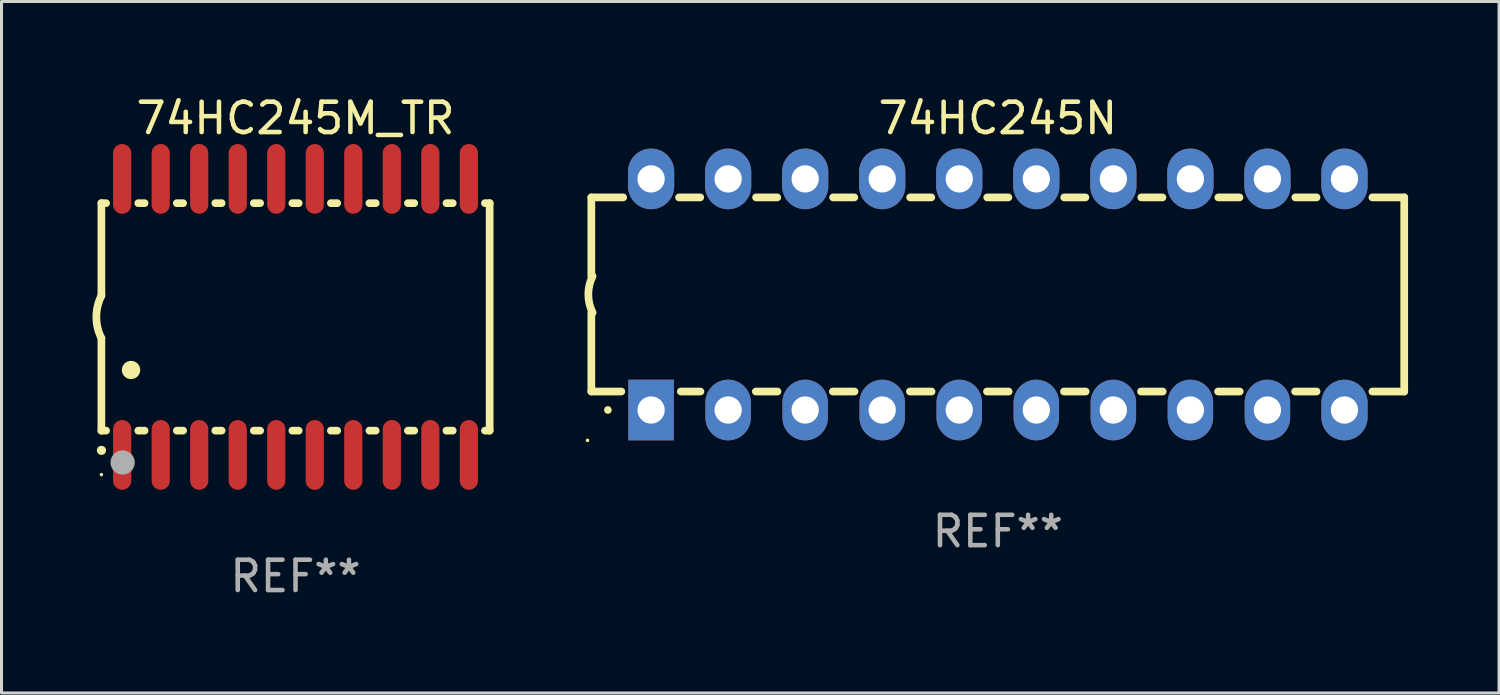
<source format=kicad_pcb>
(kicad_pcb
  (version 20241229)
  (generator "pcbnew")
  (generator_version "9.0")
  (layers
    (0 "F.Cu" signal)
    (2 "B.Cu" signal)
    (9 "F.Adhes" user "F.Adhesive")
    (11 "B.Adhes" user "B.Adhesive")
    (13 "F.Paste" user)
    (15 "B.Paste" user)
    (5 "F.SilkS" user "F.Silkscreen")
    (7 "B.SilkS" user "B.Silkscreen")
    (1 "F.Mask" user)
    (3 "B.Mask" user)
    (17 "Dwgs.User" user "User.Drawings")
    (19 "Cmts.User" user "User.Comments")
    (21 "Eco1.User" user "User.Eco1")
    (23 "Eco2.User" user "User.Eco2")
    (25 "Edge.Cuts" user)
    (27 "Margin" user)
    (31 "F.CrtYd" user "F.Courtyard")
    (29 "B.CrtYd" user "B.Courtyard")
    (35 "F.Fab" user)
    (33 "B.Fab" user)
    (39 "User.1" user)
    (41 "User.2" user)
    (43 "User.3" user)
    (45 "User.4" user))
  (footprint "74HC245N"
    (layer "F.Cu")
    (at 29.846 6.658)
    (property "Reference" "74HC245N" (at 0 -5.81 0) (layer "F.SilkS") (effects (font (size 1 1) (thickness 0.15))))
    (attr through_hole)
    (fp_line (start -13.4 -3.2) (end -12.351 -3.2) (stroke (width 0.254) (type solid)) (layer "F.SilkS"))
    (fp_line (start -13.4 -0.6) (end -13.4 -3.2) (stroke (width 0.254) (type solid)) (layer "F.SilkS"))
    (fp_line (start -13.4 3.2) (end -13.4 0.6) (stroke (width 0.254) (type solid)) (layer "F.SilkS"))
    (fp_line (start -13.4 3.2) (end -12.411 3.2) (stroke (width 0.254) (type solid)) (layer "F.SilkS"))
    (fp_line (start -10.509 -3.2) (end -9.811 -3.2) (stroke (width 0.254) (type solid)) (layer "F.SilkS"))
    (fp_line (start -10.449 3.2) (end -9.803 3.2) (stroke (width 0.254) (type solid)) (layer "F.SilkS"))
    (fp_line (start -7.977 3.2) (end -7.263 3.2) (stroke (width 0.254) (type solid)) (layer "F.SilkS"))
    (fp_line (start -7.969 -3.2) (end -7.271 -3.2) (stroke (width 0.254) (type solid)) (layer "F.SilkS"))
    (fp_line (start -5.437 3.2) (end -4.723 3.2) (stroke (width 0.254) (type solid)) (layer "F.SilkS"))
    (fp_line (start -5.429 -3.2) (end -4.731 -3.2) (stroke (width 0.254) (type solid)) (layer "F.SilkS"))
    (fp_line (start -2.897 3.2) (end -2.183 3.2) (stroke (width 0.254) (type solid)) (layer "F.SilkS"))
    (fp_line (start -2.889 -3.2) (end -2.191 -3.2) (stroke (width 0.254) (type solid)) (layer "F.SilkS"))
    (fp_line (start -0.357 3.2) (end 0.357 3.2) (stroke (width 0.254) (type solid)) (layer "F.SilkS"))
    (fp_line (start -0.349 -3.2) (end 0.349 -3.2) (stroke (width 0.254) (type solid)) (layer "F.SilkS"))
    (fp_line (start 2.183 3.2) (end 2.897 3.2) (stroke (width 0.254) (type solid)) (layer "F.SilkS"))
    (fp_line (start 2.191 -3.2) (end 2.889 -3.2) (stroke (width 0.254) (type solid)) (layer "F.SilkS"))
    (fp_line (start 4.723 3.2) (end 5.437 3.2) (stroke (width 0.254) (type solid)) (layer "F.SilkS"))
    (fp_line (start 4.731 -3.2) (end 5.429 -3.2) (stroke (width 0.254) (type solid)) (layer "F.SilkS"))
    (fp_line (start 7.263 3.2) (end 7.977 3.2) (stroke (width 0.254) (type solid)) (layer "F.SilkS"))
    (fp_line (start 7.271 -3.2) (end 7.969 -3.2) (stroke (width 0.254) (type solid)) (layer "F.SilkS"))
    (fp_line (start 9.803 3.2) (end 10.509 3.2) (stroke (width 0.254) (type solid)) (layer "F.SilkS"))
    (fp_line (start 9.811 -3.2) (end 10.509 -3.2) (stroke (width 0.254) (type solid)) (layer "F.SilkS"))
    (fp_line (start 12.351 -3.2) (end 13.4 -3.2) (stroke (width 0.254) (type solid)) (layer "F.SilkS"))
    (fp_line (start 12.351 3.2) (end 13.4 3.2) (stroke (width 0.254) (type solid)) (layer "F.SilkS"))
    (fp_line (start 13.4 -3.2) (end 13.4 3.2) (stroke (width 0.254) (type solid)) (layer "F.SilkS"))
    (fp_arc (start -13.357557 0.599721) (mid -13.499295 0.000123) (end -13.358598 -0.599721) (stroke (width 0.254001) (type solid)) (layer "F.SilkS"))
    (fp_arc (start -12.854966 3.810008) (mid -12.854973 3.808738) (end -12.854966 3.807468) (stroke (width 0.25) (type solid)) (layer "F.SilkS"))
    (fp_circle (center -13.527 4.81) (end -13.497 4.81) (stroke (width 0.06) (type solid)) (fill no) (layer "F.SilkS"))
    (fp_text user "REF**" (at 0 7.81 0) (layer "F.Fab") (effects (font (size 1 1) (thickness 0.15))))
    (pad "1" thru_hole rect (at -11.43 3.81 90) (size 2 1.5) (drill 0.9) (layers "*.Cu" "*.Mask"))
    (pad "2" thru_hole oval (at -8.89 3.81 90) (size 2 1.5) (drill 0.9) (layers "*.Cu" "*.Mask"))
    (pad "3" thru_hole oval (at -6.35 3.81 90) (size 2 1.5) (drill 0.9) (layers "*.Cu" "*.Mask"))
    (pad "4" thru_hole oval (at -3.81 3.81 90) (size 2 1.5) (drill 0.9) (layers "*.Cu" "*.Mask"))
    (pad "5" thru_hole oval (at -1.27 3.81 90) (size 2 1.5) (drill 0.9) (layers "*.Cu" "*.Mask"))
    (pad "6" thru_hole oval (at 1.27 3.81 90) (size 2 1.5) (drill 0.9) (layers "*.Cu" "*.Mask"))
    (pad "7" thru_hole oval (at 3.81 3.81 90) (size 2 1.5) (drill 0.9) (layers "*.Cu" "*.Mask"))
    (pad "8" thru_hole oval (at 6.35 3.81 90) (size 2 1.5) (drill 0.9) (layers "*.Cu" "*.Mask"))
    (pad "9" thru_hole oval (at 8.89 3.81 90) (size 2 1.5) (drill 0.9) (layers "*.Cu" "*.Mask"))
    (pad "10" thru_hole oval (at 11.43 3.81 90) (size 2 1.524) (drill 0.9) (layers "*.Cu" "*.Mask"))
    (pad "11" thru_hole oval (at 11.43 -3.81 90) (size 2 1.524) (drill 0.9) (layers "*.Cu" "*.Mask"))
    (pad "12" thru_hole oval (at 8.89 -3.81 90) (size 2 1.524) (drill 0.9) (layers "*.Cu" "*.Mask"))
    (pad "13" thru_hole oval (at 6.35 -3.81 90) (size 2 1.524) (drill 0.9) (layers "*.Cu" "*.Mask"))
    (pad "14" thru_hole oval (at 3.81 -3.81 90) (size 2 1.524) (drill 0.9) (layers "*.Cu" "*.Mask"))
    (pad "15" thru_hole oval (at 1.27 -3.81 90) (size 2 1.524) (drill 0.9) (layers "*.Cu" "*.Mask"))
    (pad "16" thru_hole oval (at -1.27 -3.81 90) (size 2 1.524) (drill 0.9) (layers "*.Cu" "*.Mask"))
    (pad "17" thru_hole oval (at -3.81 -3.81 90) (size 2 1.524) (drill 0.9) (layers "*.Cu" "*.Mask"))
    (pad "18" thru_hole oval (at -6.35 -3.81 90) (size 2 1.524) (drill 0.9) (layers "*.Cu" "*.Mask"))
    (pad "19" thru_hole oval (at -8.89 -3.81 90) (size 2 1.524) (drill 0.9) (layers "*.Cu" "*.Mask"))
    (pad "20" thru_hole oval (at -11.43 -3.81 90) (size 2 1.524) (drill 0.9) (layers "*.Cu" "*.Mask")))
  (footprint "74HC245M_TR"
    (layer "F.Cu")
    (at 6.693 7.398)
    (property "Reference" "74HC245M_TR" (at 0 -6.55 0) (layer "F.SilkS") (effects (font (size 1 1) (thickness 0.15))))
    (attr through_hole)
    (fp_line (start -6.4 -3.75) (end -6.4 -0.7) (stroke (width 0.254) (type solid)) (layer "F.SilkS"))
    (fp_line (start -6.4 -3.75) (end -6.246 -3.75) (stroke (width 0.254) (type solid)) (layer "F.SilkS"))
    (fp_line (start -6.4 3.75) (end -6.4 0.7) (stroke (width 0.254) (type solid)) (layer "F.SilkS"))
    (fp_line (start -6.246 3.75) (end -6.4 3.75) (stroke (width 0.254) (type solid)) (layer "F.SilkS"))
    (fp_line (start -5.184 -3.75) (end -4.976 -3.75) (stroke (width 0.254) (type solid)) (layer "F.SilkS"))
    (fp_line (start -4.976 3.75) (end -5.184 3.75) (stroke (width 0.254) (type solid)) (layer "F.SilkS"))
    (fp_line (start -3.914 -3.75) (end -3.706 -3.75) (stroke (width 0.254) (type solid)) (layer "F.SilkS"))
    (fp_line (start -3.706 3.75) (end -3.914 3.75) (stroke (width 0.254) (type solid)) (layer "F.SilkS"))
    (fp_line (start -2.644 -3.75) (end -2.436 -3.75) (stroke (width 0.254) (type solid)) (layer "F.SilkS"))
    (fp_line (start -2.436 3.75) (end -2.644 3.75) (stroke (width 0.254) (type solid)) (layer "F.SilkS"))
    (fp_line (start -1.374 -3.75) (end -1.166 -3.75) (stroke (width 0.254) (type solid)) (layer "F.SilkS"))
    (fp_line (start -1.166 3.75) (end -1.374 3.75) (stroke (width 0.254) (type solid)) (layer "F.SilkS"))
    (fp_line (start -0.104 -3.75) (end 0.104 -3.75) (stroke (width 0.254) (type solid)) (layer "F.SilkS"))
    (fp_line (start 0.104 3.75) (end -0.104 3.75) (stroke (width 0.254) (type solid)) (layer "F.SilkS"))
    (fp_line (start 1.166 -3.75) (end 1.374 -3.75) (stroke (width 0.254) (type solid)) (layer "F.SilkS"))
    (fp_line (start 1.374 3.75) (end 1.166 3.75) (stroke (width 0.254) (type solid)) (layer "F.SilkS"))
    (fp_line (start 2.436 -3.75) (end 2.644 -3.75) (stroke (width 0.254) (type solid)) (layer "F.SilkS"))
    (fp_line (start 2.644 3.75) (end 2.436 3.75) (stroke (width 0.254) (type solid)) (layer "F.SilkS"))
    (fp_line (start 3.706 -3.75) (end 3.914 -3.75) (stroke (width 0.254) (type solid)) (layer "F.SilkS"))
    (fp_line (start 3.914 3.75) (end 3.706 3.75) (stroke (width 0.254) (type solid)) (layer "F.SilkS"))
    (fp_line (start 4.976 -3.75) (end 5.184 -3.75) (stroke (width 0.254) (type solid)) (layer "F.SilkS"))
    (fp_line (start 5.184 3.75) (end 4.976 3.75) (stroke (width 0.254) (type solid)) (layer "F.SilkS"))
    (fp_line (start 6.246 -3.75) (end 6.4 -3.75) (stroke (width 0.254) (type solid)) (layer "F.SilkS"))
    (fp_line (start 6.4 -3.75) (end 6.4 3.75) (stroke (width 0.254) (type solid)) (layer "F.SilkS"))
    (fp_line (start 6.4 3.75) (end 6.246 3.75) (stroke (width 0.254) (type solid)) (layer "F.SilkS"))
    (fp_arc (start -6.400812 0.701041) (mid -6.565912 0.000428) (end -6.400025 -0.7) (stroke (width 0.254001) (type solid)) (layer "F.SilkS"))
    (fp_arc (start -6.400025 4.4) (mid -6.398755 4.399995) (end -6.397485 4.4) (stroke (width 0.3) (type solid)) (layer "F.SilkS"))
    (fp_arc (start -5.425451 1.750064) (mid -5.422911 1.750053) (end -5.420371 1.750064) (stroke (width 0.6) (type solid)) (layer "F.SilkS"))
    (fp_circle (center -6.4 5.2) (end -6.37 5.2) (stroke (width 0.06) (type solid)) (fill no) (layer "F.SilkS"))
    (fp_circle (center -5.7 4.8) (end -5.5 4.8) (stroke (width 0.4) (type solid)) (fill no) (layer "F.Fab"))
    (fp_text user "REF**" (at 0 8.55 0) (layer "F.Fab") (effects (font (size 1 1) (thickness 0.15))))
    (pad "1" smd oval (at -5.715 4.55 180) (size 0.6 2.3) (layers "F.Cu" "F.Mask" "F.Paste"))
    (pad "2" smd oval (at -4.445 4.55 180) (size 0.6 2.3) (layers "F.Cu" "F.Mask" "F.Paste"))
    (pad "3" smd oval (at -3.175 4.55 180) (size 0.6 2.3) (layers "F.Cu" "F.Mask" "F.Paste"))
    (pad "4" smd oval (at -1.905 4.55 180) (size 0.6 2.3) (layers "F.Cu" "F.Mask" "F.Paste"))
    (pad "5" smd oval (at -0.635 4.55 180) (size 0.6 2.3) (layers "F.Cu" "F.Mask" "F.Paste"))
    (pad "6" smd oval (at 0.635 4.55 180) (size 0.6 2.3) (layers "F.Cu" "F.Mask" "F.Paste"))
    (pad "7" smd oval (at 1.905 4.55 180) (size 0.6 2.3) (layers "F.Cu" "F.Mask" "F.Paste"))
    (pad "8" smd oval (at 3.175 4.55 180) (size 0.6 2.3) (layers "F.Cu" "F.Mask" "F.Paste"))
    (pad "9" smd oval (at 4.445 4.55 180) (size 0.6 2.3) (layers "F.Cu" "F.Mask" "F.Paste"))
    (pad "10" smd oval (at 5.715 4.55 180) (size 0.6 2.3) (layers "F.Cu" "F.Mask" "F.Paste"))
    (pad "11" smd oval (at 5.715 -4.55 180) (size 0.6 2.3) (layers "F.Cu" "F.Mask" "F.Paste"))
    (pad "12" smd oval (at 4.445 -4.55 180) (size 0.6 2.3) (layers "F.Cu" "F.Mask" "F.Paste"))
    (pad "13" smd oval (at 3.175 -4.55 180) (size 0.6 2.3) (layers "F.Cu" "F.Mask" "F.Paste"))
    (pad "14" smd oval (at 1.905 -4.55 180) (size 0.6 2.3) (layers "F.Cu" "F.Mask" "F.Paste"))
    (pad "15" smd oval (at 0.635 -4.55 180) (size 0.6 2.3) (layers "F.Cu" "F.Mask" "F.Paste"))
    (pad "16" smd oval (at -0.635 -4.55 180) (size 0.6 2.3) (layers "F.Cu" "F.Mask" "F.Paste"))
    (pad "17" smd oval (at -1.905 -4.55 180) (size 0.6 2.3) (layers "F.Cu" "F.Mask" "F.Paste"))
    (pad "18" smd oval (at -3.175 -4.55 180) (size 0.6 2.3) (layers "F.Cu" "F.Mask" "F.Paste"))
    (pad "19" smd oval (at -4.445 -4.55 180) (size 0.6 2.3) (layers "F.Cu" "F.Mask" "F.Paste"))
    (pad "20" smd oval (at -5.715 -4.55 180) (size 0.6 2.3) (layers "F.Cu" "F.Mask" "F.Paste")))
  (gr_rect
    (start -3 -3)
    (end 46.373 19.796)
    (stroke (width 0.1) (type default))
    (fill no)
    (layer "Edge.Cuts")))
</source>
